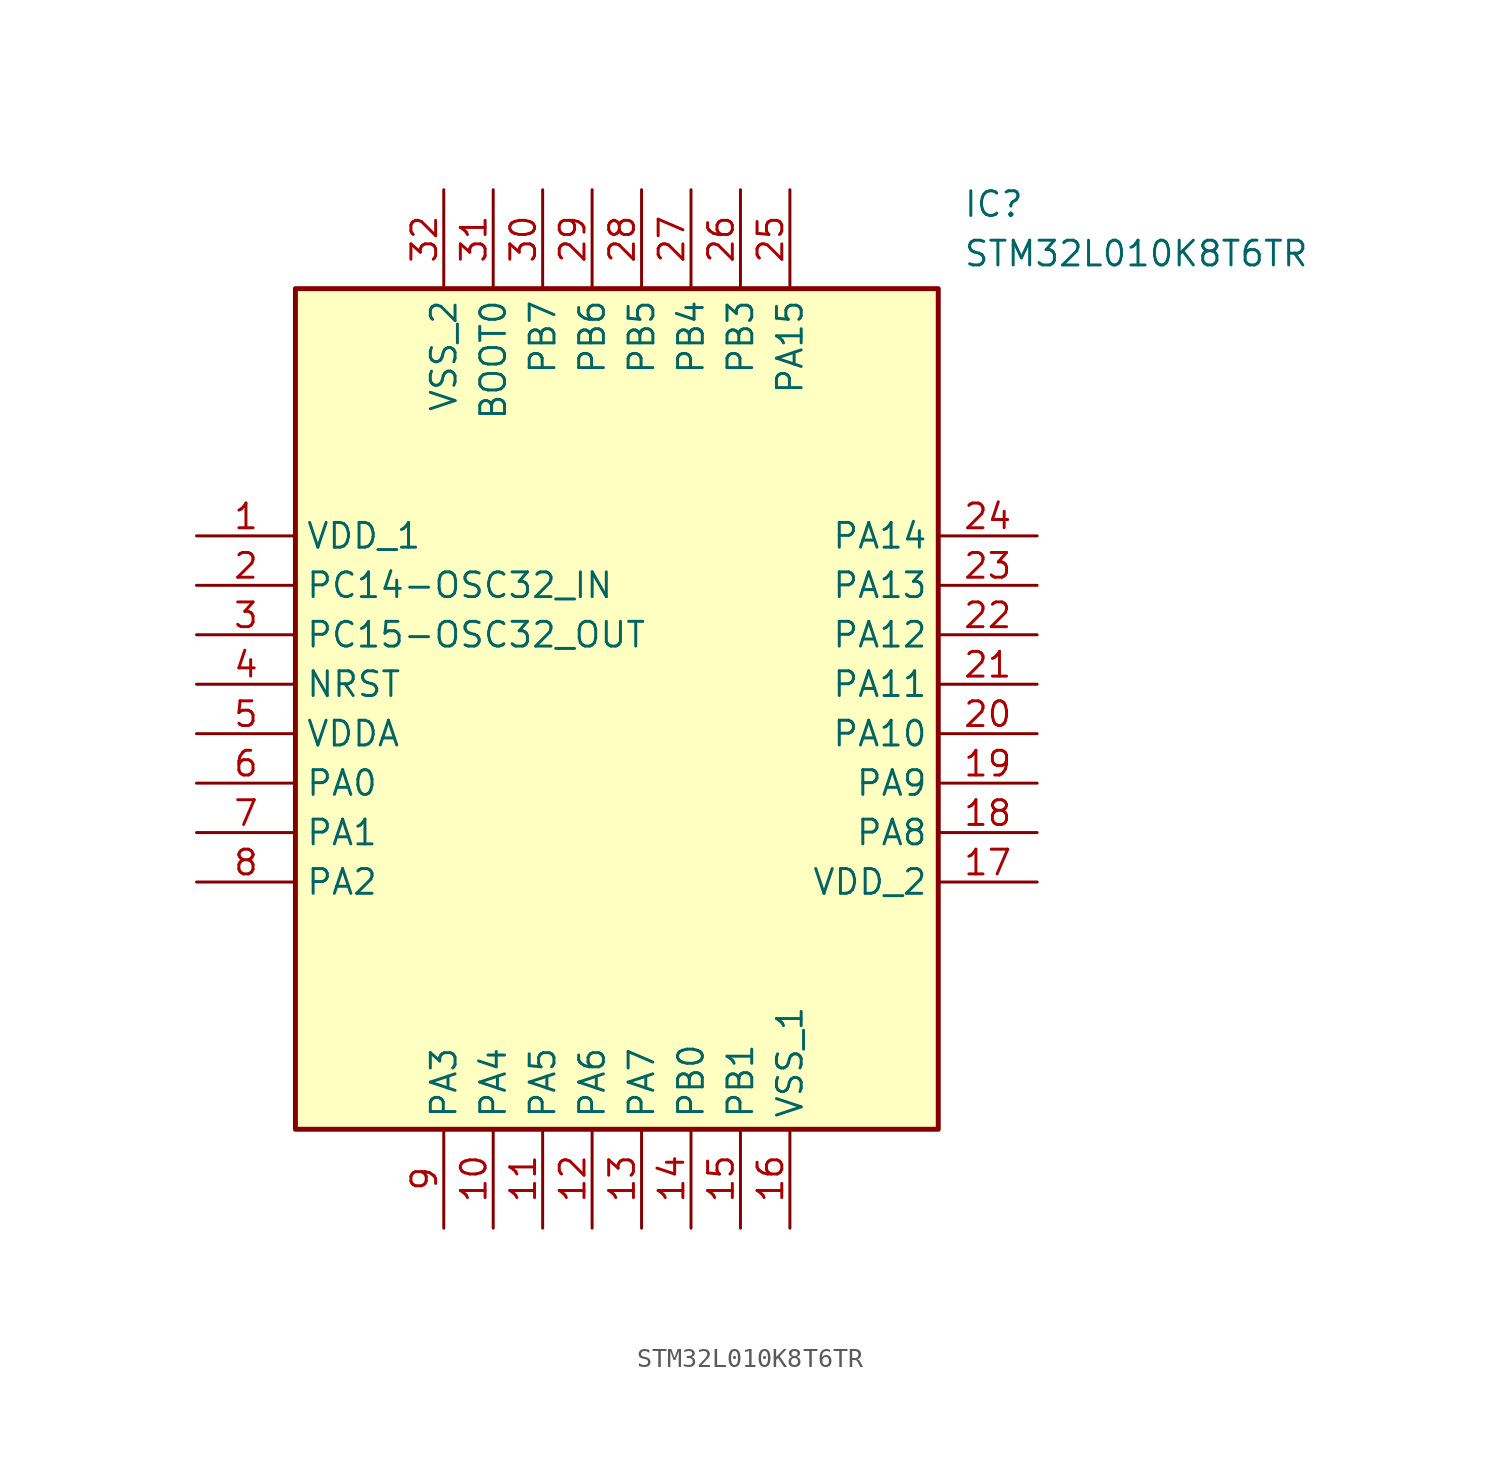
<source format=kicad_sym>
(kicad_symbol_lib
  (version 20211014)
  (generator SamacSys_ECAD_Model)
  (symbol "STM32L010K8T6TR"
    (property "Reference" "IC"
      (at 39.37 17.78 0)
      (effects (font (size 1.27 1.27)) (justify left top)))
    (property "Value" "STM32L010K8T6TR"
      (at 39.37 15.24 0)
      (effects (font (size 1.27 1.27)) (justify left top)))
    (rectangle
      (start 5.08 12.7)
      (end 38.1 -30.48)
      (stroke (width 0.254) (type default))
      (fill (type background)))
    (pin passive line
      (at 0 0 0)
      (length 5.08)
      (name "VDD_1" (effects (font (size 1.27 1.27))))
      (number "1" (effects (font (size 1.27 1.27)))))
    (pin passive line
      (at 0 -2.54 0)
      (length 5.08)
      (name "PC14-OSC32_IN" (effects (font (size 1.27 1.27))))
      (number "2" (effects (font (size 1.27 1.27)))))
    (pin passive line
      (at 0 -5.08 0)
      (length 5.08)
      (name "PC15-OSC32_OUT" (effects (font (size 1.27 1.27))))
      (number "3" (effects (font (size 1.27 1.27)))))
    (pin passive line
      (at 0 -7.62 0)
      (length 5.08)
      (name "NRST" (effects (font (size 1.27 1.27))))
      (number "4" (effects (font (size 1.27 1.27)))))
    (pin passive line
      (at 0 -10.16 0)
      (length 5.08)
      (name "VDDA" (effects (font (size 1.27 1.27))))
      (number "5" (effects (font (size 1.27 1.27)))))
    (pin passive line
      (at 0 -12.7 0)
      (length 5.08)
      (name "PA0" (effects (font (size 1.27 1.27))))
      (number "6" (effects (font (size 1.27 1.27)))))
    (pin passive line
      (at 0 -15.24 0)
      (length 5.08)
      (name "PA1" (effects (font (size 1.27 1.27))))
      (number "7" (effects (font (size 1.27 1.27)))))
    (pin passive line
      (at 0 -17.78 0)
      (length 5.08)
      (name "PA2" (effects (font (size 1.27 1.27))))
      (number "8" (effects (font (size 1.27 1.27)))))
    (pin passive line
      (at 12.7 -35.56 90)
      (length 5.08)
      (name "PA3" (effects (font (size 1.27 1.27))))
      (number "9" (effects (font (size 1.27 1.27)))))
    (pin passive line
      (at 15.24 -35.56 90)
      (length 5.08)
      (name "PA4" (effects (font (size 1.27 1.27))))
      (number "10" (effects (font (size 1.27 1.27)))))
    (pin passive line
      (at 17.78 -35.56 90)
      (length 5.08)
      (name "PA5" (effects (font (size 1.27 1.27))))
      (number "11" (effects (font (size 1.27 1.27)))))
    (pin passive line
      (at 20.32 -35.56 90)
      (length 5.08)
      (name "PA6" (effects (font (size 1.27 1.27))))
      (number "12" (effects (font (size 1.27 1.27)))))
    (pin passive line
      (at 22.86 -35.56 90)
      (length 5.08)
      (name "PA7" (effects (font (size 1.27 1.27))))
      (number "13" (effects (font (size 1.27 1.27)))))
    (pin passive line
      (at 25.4 -35.56 90)
      (length 5.08)
      (name "PB0" (effects (font (size 1.27 1.27))))
      (number "14" (effects (font (size 1.27 1.27)))))
    (pin passive line
      (at 27.94 -35.56 90)
      (length 5.08)
      (name "PB1" (effects (font (size 1.27 1.27))))
      (number "15" (effects (font (size 1.27 1.27)))))
    (pin passive line
      (at 30.48 -35.56 90)
      (length 5.08)
      (name "VSS_1" (effects (font (size 1.27 1.27))))
      (number "16" (effects (font (size 1.27 1.27)))))
    (pin passive line
      (at 43.18 0 180)
      (length 5.08)
      (name "PA14" (effects (font (size 1.27 1.27))))
      (number "24" (effects (font (size 1.27 1.27)))))
    (pin passive line
      (at 43.18 -2.54 180)
      (length 5.08)
      (name "PA13" (effects (font (size 1.27 1.27))))
      (number "23" (effects (font (size 1.27 1.27)))))
    (pin passive line
      (at 43.18 -5.08 180)
      (length 5.08)
      (name "PA12" (effects (font (size 1.27 1.27))))
      (number "22" (effects (font (size 1.27 1.27)))))
    (pin passive line
      (at 43.18 -7.62 180)
      (length 5.08)
      (name "PA11" (effects (font (size 1.27 1.27))))
      (number "21" (effects (font (size 1.27 1.27)))))
    (pin passive line
      (at 43.18 -10.16 180)
      (length 5.08)
      (name "PA10" (effects (font (size 1.27 1.27))))
      (number "20" (effects (font (size 1.27 1.27)))))
    (pin passive line
      (at 43.18 -12.7 180)
      (length 5.08)
      (name "PA9" (effects (font (size 1.27 1.27))))
      (number "19" (effects (font (size 1.27 1.27)))))
    (pin passive line
      (at 43.18 -15.24 180)
      (length 5.08)
      (name "PA8" (effects (font (size 1.27 1.27))))
      (number "18" (effects (font (size 1.27 1.27)))))
    (pin passive line
      (at 43.18 -17.78 180)
      (length 5.08)
      (name "VDD_2" (effects (font (size 1.27 1.27))))
      (number "17" (effects (font (size 1.27 1.27)))))
    (pin passive line
      (at 12.7 17.78 270)
      (length 5.08)
      (name "VSS_2" (effects (font (size 1.27 1.27))))
      (number "32" (effects (font (size 1.27 1.27)))))
    (pin passive line
      (at 15.24 17.78 270)
      (length 5.08)
      (name "BOOT0" (effects (font (size 1.27 1.27))))
      (number "31" (effects (font (size 1.27 1.27)))))
    (pin passive line
      (at 17.78 17.78 270)
      (length 5.08)
      (name "PB7" (effects (font (size 1.27 1.27))))
      (number "30" (effects (font (size 1.27 1.27)))))
    (pin passive line
      (at 20.32 17.78 270)
      (length 5.08)
      (name "PB6" (effects (font (size 1.27 1.27))))
      (number "29" (effects (font (size 1.27 1.27)))))
    (pin passive line
      (at 22.86 17.78 270)
      (length 5.08)
      (name "PB5" (effects (font (size 1.27 1.27))))
      (number "28" (effects (font (size 1.27 1.27)))))
    (pin passive line
      (at 25.4 17.78 270)
      (length 5.08)
      (name "PB4" (effects (font (size 1.27 1.27))))
      (number "27" (effects (font (size 1.27 1.27)))))
    (pin passive line
      (at 27.94 17.78 270)
      (length 5.08)
      (name "PB3" (effects (font (size 1.27 1.27))))
      (number "26" (effects (font (size 1.27 1.27)))))
    (pin passive line
      (at 30.48 17.78 270)
      (length 5.08)
      (name "PA15" (effects (font (size 1.27 1.27))))
      (number "25" (effects (font (size 1.27 1.27)))))))
</source>
